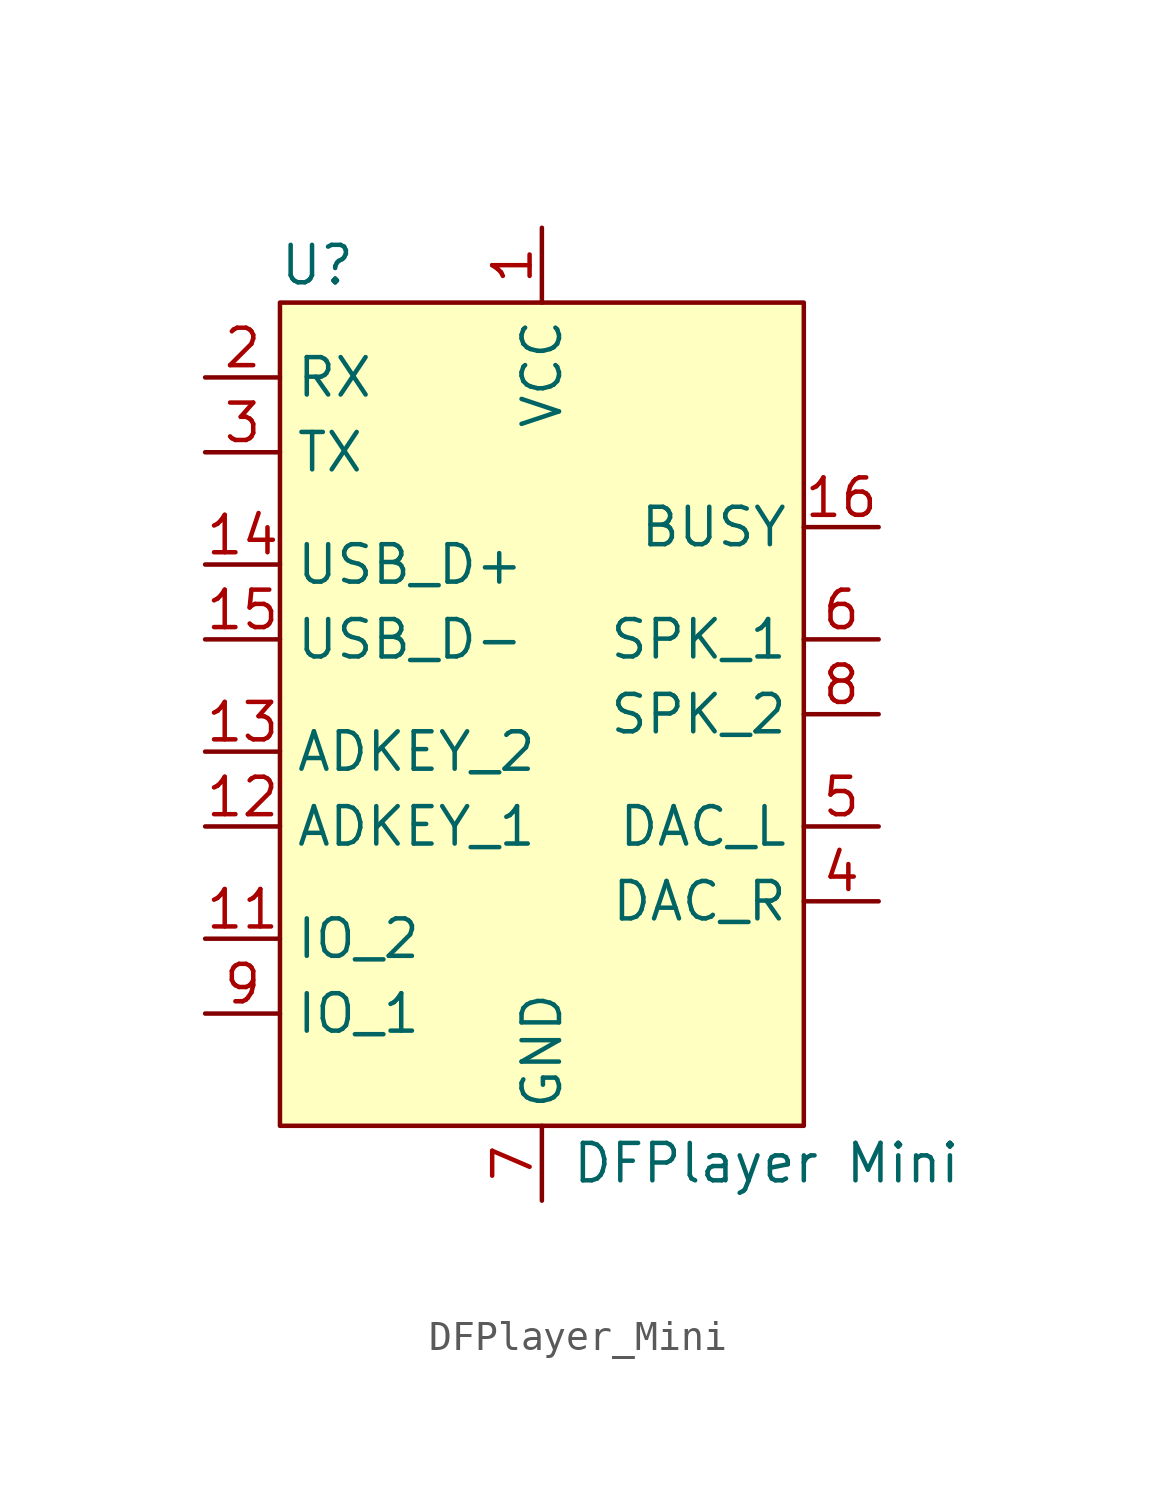
<source format=kicad_sym>
(kicad_symbol_lib
  (version 20220914)
  (generator kicad_symbol_editor)
  (symbol "DFPlayer_Mini"
    (property "Reference" "U"
      (at -7.62 15.24 0)
      (effects (font (size 1.27 1.27))))
    (property "Value" "DFPlayer Mini"
      (at 7.62 -15.24 0)
      (effects (font (size 1.27 1.27))))
    (symbol "DFPlayer_Mini_1_1"
      (rectangle (start -8.89 13.97) (end 8.89 -13.97) (stroke (width 0) (type default)) (fill (type background)))
      (pin power_in line (at 0 16.51 270) (length 2.54) (name "VCC" (effects (font (size 1.27 1.27)))) (number "1" (effects (font (size 1.27 1.27)))))
      (pin passive line (at 0 -16.51 90) (length 2.54) hide (name "GND" (effects (font (size 1.27 1.27)))) (number "10" (effects (font (size 1.27 1.27)))))
      (pin input line (at -11.43 -7.62 0) (length 2.54) (name "IO_2" (effects (font (size 1.27 1.27)))) (number "11" (effects (font (size 1.27 1.27)))))
      (pin input line (at -11.43 -3.81 0) (length 2.54) (name "ADKEY_1" (effects (font (size 1.27 1.27)))) (number "12" (effects (font (size 1.27 1.27)))))
      (pin input line (at -11.43 -1.27 0) (length 2.54) (name "ADKEY_2" (effects (font (size 1.27 1.27)))) (number "13" (effects (font (size 1.27 1.27)))))
      (pin bidirectional line (at -11.43 5.08 0) (length 2.54) (name "USB_D+" (effects (font (size 1.27 1.27)))) (number "14" (effects (font (size 1.27 1.27)))))
      (pin bidirectional line (at -11.43 2.54 0) (length 2.54) (name "USB_D-" (effects (font (size 1.27 1.27)))) (number "15" (effects (font (size 1.27 1.27)))))
      (pin output line (at 11.43 6.35 180) (length 2.54) (name "BUSY" (effects (font (size 1.27 1.27)))) (number "16" (effects (font (size 1.27 1.27)))))
      (pin input line (at -11.43 11.43 0) (length 2.54) (name "RX" (effects (font (size 1.27 1.27)))) (number "2" (effects (font (size 1.27 1.27)))))
      (pin output line (at -11.43 8.89 0) (length 2.54) (name "TX" (effects (font (size 1.27 1.27)))) (number "3" (effects (font (size 1.27 1.27)))))
      (pin output line (at 11.43 -6.35 180) (length 2.54) (name "DAC_R" (effects (font (size 1.27 1.27)))) (number "4" (effects (font (size 1.27 1.27)))))
      (pin output line (at 11.43 -3.81 180) (length 2.54) (name "DAC_L" (effects (font (size 1.27 1.27)))) (number "5" (effects (font (size 1.27 1.27)))))
      (pin output line (at 11.43 2.54 180) (length 2.54) (name "SPK_1" (effects (font (size 1.27 1.27)))) (number "6" (effects (font (size 1.27 1.27)))))
      (pin power_in line (at 0 -16.51 90) (length 2.54) (name "GND" (effects (font (size 1.27 1.27)))) (number "7" (effects (font (size 1.27 1.27)))))
      (pin output line (at 11.43 0 180) (length 2.54) (name "SPK_2" (effects (font (size 1.27 1.27)))) (number "8" (effects (font (size 1.27 1.27)))))
      (pin input line (at -11.43 -10.16 0) (length 2.54) (name "IO_1" (effects (font (size 1.27 1.27)))) (number "9" (effects (font (size 1.27 1.27))))))))
</source>
